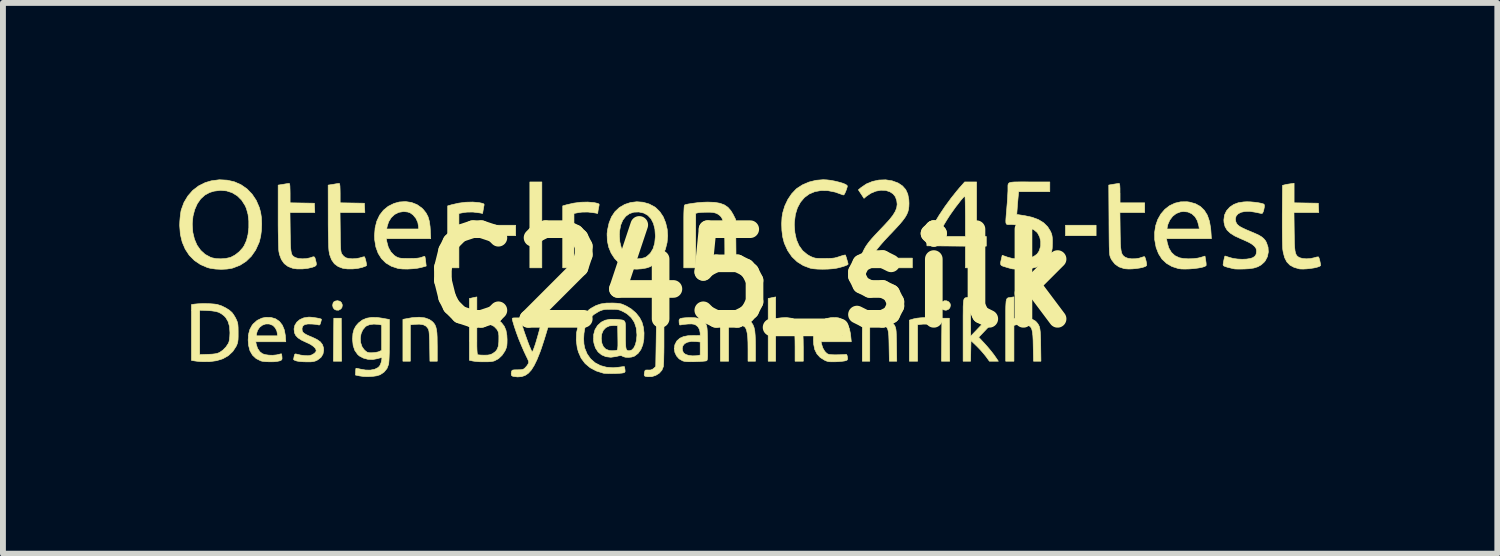
<source format=kicad_pcb>
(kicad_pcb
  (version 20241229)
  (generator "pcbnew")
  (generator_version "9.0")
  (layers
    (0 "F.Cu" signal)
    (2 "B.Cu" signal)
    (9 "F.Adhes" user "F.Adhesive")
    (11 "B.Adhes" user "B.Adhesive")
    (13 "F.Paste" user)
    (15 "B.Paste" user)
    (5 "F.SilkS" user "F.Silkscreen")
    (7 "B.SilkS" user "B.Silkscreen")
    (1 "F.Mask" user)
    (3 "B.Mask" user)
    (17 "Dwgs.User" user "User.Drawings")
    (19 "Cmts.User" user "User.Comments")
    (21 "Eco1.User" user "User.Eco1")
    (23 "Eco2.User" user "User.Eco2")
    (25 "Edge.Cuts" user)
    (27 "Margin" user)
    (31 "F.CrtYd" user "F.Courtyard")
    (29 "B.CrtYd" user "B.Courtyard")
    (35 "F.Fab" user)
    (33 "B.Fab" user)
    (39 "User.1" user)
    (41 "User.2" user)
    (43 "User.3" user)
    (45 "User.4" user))
  (footprint "C245_silk"
    (layer "F.Cu")
    (at 9.705 1.681)
    (property "Reference" "C245_silk" (at 0 0 0) (layer "F.SilkS") (effects (font (size 1.524 1.524) (thickness 0.3))))
    (attr through_hole)
    (fp_poly (pts (xy -3.988 -0.724) (xy -4.508 -0.724) (xy -4.508 -0.902) (xy -3.988 -0.902) (xy -3.988 -0.724)) (stroke (width 0.01) (type solid)) (fill yes) (layer "F.SilkS"))
    (fp_poly (pts (xy -3.543 -0.178) (xy -3.747 -0.178) (xy -3.747 -1.638) (xy -3.543 -1.638) (xy -3.543 -0.178)) (stroke (width 0.01) (type solid)) (fill yes) (layer "F.SilkS"))
    (fp_poly (pts (xy 5.88 -0.724) (xy 5.359 -0.724) (xy 5.359 -0.902) (xy 5.88 -0.902) (xy 5.88 -0.724)) (stroke (width 0.01) (type solid)) (fill yes) (layer "F.SilkS"))
    (fp_poly (pts (xy -6.95 1.045) (xy -6.947 1.41) (xy -7.087 1.41) (xy -7.08 0.679) (xy -6.953 0.679) (xy -6.95 1.045)) (stroke (width 0.01) (type solid)) (fill yes) (layer "F.SilkS"))
    (fp_poly (pts (xy 3.388 1.045) (xy 3.391 1.41) (xy 3.251 1.41) (xy 3.258 0.679) (xy 3.385 0.679) (xy 3.388 1.045)) (stroke (width 0.01) (type solid)) (fill yes) (layer "F.SilkS"))
    (fp_poly (pts (xy -1.489 0.391) (xy -1.461 0.418) (xy -1.448 0.455) (xy -1.455 0.494) (xy -1.473 0.521) (xy -1.511 0.543) (xy -1.554 0.541) (xy -1.585 0.526) (xy -1.608 0.498) (xy -1.613 0.464) (xy -1.604 0.418) (xy -1.576 0.391) (xy -1.531 0.381) (xy -1.53 0.381) (xy -1.489 0.391)) (stroke (width 0.01) (type solid)) (fill yes) (layer "F.SilkS"))
    (fp_poly (pts (xy 3.339 0.383) (xy 3.374 0.4) (xy 3.398 0.431) (xy 3.404 0.461) (xy 3.393 0.503) (xy 3.365 0.531) (xy 3.328 0.544) (xy 3.286 0.537) (xy 3.267 0.526) (xy 3.245 0.497) (xy 3.238 0.458) (xy 3.248 0.42) (xy 3.262 0.402) (xy 3.299 0.382) (xy 3.339 0.383)) (stroke (width 0.01) (type solid)) (fill yes) (layer "F.SilkS"))
    (fp_poly (pts (xy -6.975 0.391) (xy -6.947 0.418) (xy -6.935 0.455) (xy -6.941 0.494) (xy -6.96 0.521) (xy -6.998 0.543) (xy -7.041 0.541) (xy -7.071 0.526) (xy -7.092 0.498) (xy -7.1 0.459) (xy -7.092 0.42) (xy -7.079 0.401) (xy -7.053 0.387) (xy -7.017 0.381) (xy -7.017 0.381) (xy -6.975 0.391)) (stroke (width 0.01) (type solid)) (fill yes) (layer "F.SilkS"))
    (fp_poly (pts (xy -4.613 -1.287) (xy -4.584 -1.281) (xy -4.546 -1.272) (xy -4.528 -1.263) (xy -4.524 -1.249) (xy -4.526 -1.24) (xy -4.532 -1.21) (xy -4.539 -1.17) (xy -4.541 -1.158) (xy -4.55 -1.102) (xy -4.596 -1.111) (xy -4.713 -1.126) (xy -4.814 -1.125) (xy -4.869 -1.118) (xy -4.953 -1.102) (xy -4.953 -0.178) (xy -5.144 -0.178) (xy -5.144 -1.231) (xy -5.077 -1.25) (xy -4.959 -1.277) (xy -4.837 -1.293) (xy -4.719 -1.296) (xy -4.613 -1.287)) (stroke (width 0.01) (type solid)) (fill yes) (layer "F.SilkS"))
    (fp_poly (pts (xy -2.657 -1.287) (xy -2.628 -1.281) (xy -2.591 -1.272) (xy -2.572 -1.263) (xy -2.568 -1.249) (xy -2.57 -1.24) (xy -2.576 -1.21) (xy -2.584 -1.17) (xy -2.586 -1.158) (xy -2.594 -1.102) (xy -2.64 -1.111) (xy -2.757 -1.126) (xy -2.859 -1.125) (xy -2.913 -1.118) (xy -2.997 -1.102) (xy -2.997 -0.178) (xy -3.188 -0.178) (xy -3.188 -1.231) (xy -3.121 -1.25) (xy -3.003 -1.277) (xy -2.882 -1.293) (xy -2.764 -1.296) (xy -2.657 -1.287)) (stroke (width 0.01) (type solid)) (fill yes) (layer "F.SilkS"))
    (fp_poly (pts (xy 3.031 0.669) (xy 3.081 0.675) (xy 3.091 0.677) (xy 3.114 0.686) (xy 3.122 0.7) (xy 3.119 0.729) (xy 3.118 0.734) (xy 3.11 0.772) (xy 3.099 0.789) (xy 3.079 0.792) (xy 3.045 0.785) (xy 3 0.78) (xy 2.946 0.779) (xy 2.918 0.781) (xy 2.845 0.79) (xy 2.845 1.41) (xy 2.705 1.41) (xy 2.705 0.712) (xy 2.778 0.69) (xy 2.832 0.679) (xy 2.897 0.672) (xy 2.967 0.668) (xy 3.031 0.669)) (stroke (width 0.01) (type solid)) (fill yes) (layer "F.SilkS"))
    (fp_poly (pts (xy -1.467 1.067) (xy -1.467 1.166) (xy -1.468 1.259) (xy -1.47 1.342) (xy -1.471 1.411) (xy -1.474 1.464) (xy -1.476 1.496) (xy -1.477 1.501) (xy -1.502 1.563) (xy -1.546 1.613) (xy -1.605 1.65) (xy -1.673 1.672) (xy -1.745 1.674) (xy -1.781 1.668) (xy -1.797 1.659) (xy -1.803 1.641) (xy -1.799 1.608) (xy -1.796 1.592) (xy -1.789 1.569) (xy -1.776 1.56) (xy -1.749 1.559) (xy -1.735 1.56) (xy -1.692 1.559) (xy -1.66 1.546) (xy -1.643 1.533) (xy -1.607 1.501) (xy -1.6 1.09) (xy -1.594 0.679) (xy -1.467 0.679) (xy -1.467 1.067)) (stroke (width 0.01) (type solid)) (fill yes) (layer "F.SilkS"))
    (fp_poly (pts (xy -5.532 0.673) (xy -5.455 0.701) (xy -5.409 0.733) (xy -5.382 0.76) (xy -5.361 0.79) (xy -5.346 0.825) (xy -5.335 0.87) (xy -5.327 0.928) (xy -5.323 1.002) (xy -5.322 1.096) (xy -5.321 1.158) (xy -5.321 1.41) (xy -5.446 1.41) (xy -5.45 1.153) (xy -5.452 1.061) (xy -5.455 0.99) (xy -5.458 0.939) (xy -5.462 0.902) (xy -5.468 0.876) (xy -5.476 0.857) (xy -5.476 0.857) (xy -5.51 0.815) (xy -5.559 0.79) (xy -5.626 0.78) (xy -5.701 0.783) (xy -5.779 0.791) (xy -5.779 1.41) (xy -5.905 1.41) (xy -5.905 0.699) (xy -5.877 0.693) (xy -5.744 0.669) (xy -5.629 0.662) (xy -5.532 0.673)) (stroke (width 0.01) (type solid)) (fill yes) (layer "F.SilkS"))
    (fp_poly (pts (xy -0.172 0.668) (xy -0.128 0.672) (xy -0.094 0.678) (xy -0.065 0.69) (xy -0.055 0.695) (xy -0.013 0.721) (xy 0.02 0.751) (xy 0.045 0.788) (xy 0.064 0.835) (xy 0.077 0.895) (xy 0.084 0.973) (xy 0.088 1.069) (xy 0.089 1.164) (xy 0.089 1.41) (xy -0.038 1.41) (xy -0.038 1.202) (xy -0.039 1.092) (xy -0.043 1.004) (xy -0.051 0.937) (xy -0.062 0.886) (xy -0.076 0.85) (xy -0.091 0.829) (xy -0.138 0.798) (xy -0.202 0.782) (xy -0.28 0.781) (xy -0.292 0.782) (xy -0.368 0.791) (xy -0.368 1.41) (xy -0.508 1.41) (xy -0.508 0.7) (xy -0.435 0.684) (xy -0.389 0.677) (xy -0.328 0.672) (xy -0.262 0.668) (xy -0.235 0.668) (xy -0.172 0.668)) (stroke (width 0.01) (type solid)) (fill yes) (layer "F.SilkS"))
    (fp_poly (pts (xy 3.747 0.65) (xy 3.748 0.984) (xy 4.046 0.673) (xy 4.112 0.673) (xy 4.149 0.675) (xy 4.173 0.679) (xy 4.178 0.683) (xy 4.17 0.695) (xy 4.147 0.722) (xy 4.112 0.761) (xy 4.068 0.809) (xy 4.031 0.848) (xy 3.884 1.003) (xy 3.986 1.112) (xy 4.035 1.167) (xy 4.086 1.228) (xy 4.131 1.285) (xy 4.153 1.315) (xy 4.218 1.41) (xy 4.066 1.41) (xy 4.003 1.324) (xy 3.963 1.275) (xy 3.914 1.219) (xy 3.863 1.166) (xy 3.846 1.149) (xy 3.753 1.06) (xy 3.749 1.235) (xy 3.746 1.41) (xy 3.619 1.41) (xy 3.619 0.877) (xy 3.619 0.746) (xy 3.619 0.638) (xy 3.62 0.551) (xy 3.62 0.482) (xy 3.623 0.43) (xy 3.626 0.392) (xy 3.631 0.365) (xy 3.639 0.347) (xy 3.649 0.337) (xy 3.661 0.331) (xy 3.677 0.328) (xy 3.697 0.325) (xy 3.705 0.324) (xy 3.747 0.315) (xy 3.747 0.65)) (stroke (width 0.01) (type solid)) (fill yes) (layer "F.SilkS"))
    (fp_poly (pts (xy 2.269 0.671) (xy 2.343 0.695) (xy 2.402 0.734) (xy 2.447 0.791) (xy 2.457 0.807) (xy 2.465 0.826) (xy 2.472 0.847) (xy 2.477 0.873) (xy 2.481 0.909) (xy 2.483 0.959) (xy 2.485 1.026) (xy 2.487 1.113) (xy 2.487 1.133) (xy 2.491 1.41) (xy 2.365 1.41) (xy 2.36 1.153) (xy 2.358 1.053) (xy 2.355 0.976) (xy 2.349 0.917) (xy 2.34 0.874) (xy 2.327 0.843) (xy 2.307 0.821) (xy 2.28 0.805) (xy 2.244 0.791) (xy 2.216 0.782) (xy 2.191 0.778) (xy 2.15 0.779) (xy 2.112 0.782) (xy 2.032 0.79) (xy 2.032 1.41) (xy 1.905 1.41) (xy 1.905 1.055) (xy 1.905 0.949) (xy 1.906 0.865) (xy 1.907 0.801) (xy 1.909 0.755) (xy 1.912 0.724) (xy 1.916 0.705) (xy 1.921 0.696) (xy 1.923 0.694) (xy 1.943 0.69) (xy 1.982 0.683) (xy 2.033 0.676) (xy 2.067 0.672) (xy 2.177 0.664) (xy 2.269 0.671)) (stroke (width 0.01) (type solid)) (fill yes) (layer "F.SilkS"))
    (fp_poly (pts (xy 0.432 0.688) (xy 0.486 0.677) (xy 0.528 0.672) (xy 0.583 0.669) (xy 0.624 0.669) (xy 0.711 0.681) (xy 0.782 0.711) (xy 0.836 0.761) (xy 0.873 0.829) (xy 0.889 0.888) (xy 0.893 0.923) (xy 0.897 0.978) (xy 0.9 1.047) (xy 0.901 1.124) (xy 0.902 1.183) (xy 0.902 1.41) (xy 0.762 1.41) (xy 0.762 1.162) (xy 0.761 1.063) (xy 0.759 0.986) (xy 0.755 0.927) (xy 0.747 0.884) (xy 0.736 0.852) (xy 0.72 0.829) (xy 0.699 0.81) (xy 0.691 0.804) (xy 0.658 0.79) (xy 0.614 0.783) (xy 0.571 0.783) (xy 0.529 0.783) (xy 0.496 0.785) (xy 0.471 0.791) (xy 0.454 0.805) (xy 0.443 0.828) (xy 0.436 0.865) (xy 0.433 0.917) (xy 0.432 0.988) (xy 0.432 1.081) (xy 0.432 1.112) (xy 0.432 1.41) (xy 0.305 1.41) (xy 0.305 0.343) (xy 0.34 0.336) (xy 0.377 0.328) (xy 0.403 0.323) (xy 0.432 0.317) (xy 0.432 0.688)) (stroke (width 0.01) (type solid)) (fill yes) (layer "F.SilkS"))
    (fp_poly (pts (xy 3.848 -0.711) (xy 4.013 -0.711) (xy 4.013 -0.546) (xy 3.848 -0.546) (xy 3.848 -0.178) (xy 3.658 -0.178) (xy 3.658 -0.546) (xy 3.004 -0.552) (xy 3 -0.618) (xy 3 -0.654) (xy 3.005 -0.687) (xy 3.014 -0.711) (xy 3.187 -0.711) (xy 3.658 -0.711) (xy 3.658 -1.054) (xy 3.657 -1.144) (xy 3.656 -1.226) (xy 3.655 -1.295) (xy 3.653 -1.349) (xy 3.651 -1.384) (xy 3.648 -1.397) (xy 3.648 -1.397) (xy 3.635 -1.387) (xy 3.61 -1.36) (xy 3.576 -1.32) (xy 3.537 -1.269) (xy 3.493 -1.213) (xy 3.45 -1.153) (xy 3.409 -1.095) (xy 3.386 -1.061) (xy 3.345 -0.997) (xy 3.302 -0.926) (xy 3.263 -0.859) (xy 3.244 -0.823) (xy 3.187 -0.711) (xy 3.014 -0.711) (xy 3.019 -0.725) (xy 3.042 -0.776) (xy 3.049 -0.79) (xy 3.123 -0.926) (xy 3.212 -1.072) (xy 3.31 -1.219) (xy 3.414 -1.361) (xy 3.518 -1.491) (xy 3.556 -1.536) (xy 3.646 -1.638) (xy 3.848 -1.638) (xy 3.848 -0.711)) (stroke (width 0.01) (type solid)) (fill yes) (layer "F.SilkS"))
    (fp_poly (pts (xy 4.483 0.686) (xy 4.537 0.676) (xy 4.629 0.667) (xy 4.714 0.673) (xy 4.788 0.693) (xy 4.846 0.726) (xy 4.866 0.745) (xy 4.887 0.77) (xy 4.903 0.796) (xy 4.916 0.824) (xy 4.924 0.86) (xy 4.93 0.906) (xy 4.934 0.966) (xy 4.937 1.045) (xy 4.938 1.133) (xy 4.942 1.41) (xy 4.816 1.41) (xy 4.811 1.159) (xy 4.809 1.058) (xy 4.805 0.978) (xy 4.798 0.918) (xy 4.789 0.874) (xy 4.776 0.842) (xy 4.758 0.82) (xy 4.734 0.804) (xy 4.72 0.798) (xy 4.678 0.788) (xy 4.623 0.783) (xy 4.564 0.785) (xy 4.516 0.792) (xy 4.483 0.801) (xy 4.483 1.41) (xy 4.343 1.41) (xy 4.343 0.877) (xy 4.343 0.746) (xy 4.343 0.638) (xy 4.343 0.551) (xy 4.344 0.482) (xy 4.347 0.429) (xy 4.35 0.391) (xy 4.356 0.364) (xy 4.364 0.347) (xy 4.374 0.337) (xy 4.388 0.331) (xy 4.405 0.328) (xy 4.425 0.326) (xy 4.435 0.324) (xy 4.483 0.316) (xy 4.483 0.686)) (stroke (width 0.01) (type solid)) (fill yes) (layer "F.SilkS"))
    (fp_poly (pts (xy -0.605 -1.291) (xy -0.514 -1.275) (xy -0.439 -1.247) (xy -0.379 -1.206) (xy -0.329 -1.148) (xy -0.292 -1.087) (xy -0.248 -1) (xy -0.24 -0.178) (xy -0.432 -0.178) (xy -0.432 -0.504) (xy -0.433 -0.637) (xy -0.435 -0.747) (xy -0.44 -0.838) (xy -0.448 -0.91) (xy -0.46 -0.967) (xy -0.476 -1.011) (xy -0.496 -1.045) (xy -0.522 -1.071) (xy -0.553 -1.092) (xy -0.565 -1.099) (xy -0.597 -1.111) (xy -0.633 -1.119) (xy -0.681 -1.123) (xy -0.737 -1.123) (xy -0.794 -1.122) (xy -0.845 -1.119) (xy -0.882 -1.115) (xy -0.892 -1.113) (xy -0.927 -1.104) (xy -0.927 -0.178) (xy -1.13 -0.178) (xy -1.13 -0.71) (xy -1.13 -0.841) (xy -1.13 -0.948) (xy -1.13 -1.035) (xy -1.129 -1.103) (xy -1.127 -1.155) (xy -1.125 -1.192) (xy -1.123 -1.218) (xy -1.12 -1.235) (xy -1.116 -1.244) (xy -1.11 -1.249) (xy -1.108 -1.25) (xy -1.052 -1.263) (xy -0.979 -1.274) (xy -0.897 -1.285) (xy -0.812 -1.292) (xy -0.734 -1.295) (xy -0.717 -1.295) (xy -0.605 -1.291)) (stroke (width 0.01) (type solid)) (fill yes) (layer "F.SilkS"))
    (fp_poly (pts (xy 9.246 -1.283) (xy 9.658 -1.276) (xy 9.666 -1.118) (xy 9.244 -1.118) (xy 9.248 -0.791) (xy 9.25 -0.678) (xy 9.252 -0.589) (xy 9.256 -0.519) (xy 9.262 -0.466) (xy 9.271 -0.426) (xy 9.283 -0.398) (xy 9.299 -0.377) (xy 9.319 -0.362) (xy 9.341 -0.35) (xy 9.391 -0.336) (xy 9.455 -0.331) (xy 9.523 -0.335) (xy 9.587 -0.349) (xy 9.593 -0.351) (xy 9.629 -0.361) (xy 9.655 -0.364) (xy 9.662 -0.362) (xy 9.67 -0.345) (xy 9.68 -0.313) (xy 9.688 -0.275) (xy 9.695 -0.24) (xy 9.696 -0.217) (xy 9.695 -0.214) (xy 9.675 -0.201) (xy 9.636 -0.188) (xy 9.584 -0.176) (xy 9.523 -0.167) (xy 9.46 -0.16) (xy 9.402 -0.157) (xy 9.353 -0.158) (xy 9.335 -0.16) (xy 9.245 -0.186) (xy 9.175 -0.224) (xy 9.122 -0.279) (xy 9.085 -0.351) (xy 9.061 -0.443) (xy 9.054 -0.486) (xy 9.051 -0.523) (xy 9.049 -0.581) (xy 9.047 -0.658) (xy 9.046 -0.749) (xy 9.045 -0.851) (xy 9.045 -0.962) (xy 9.045 -1.076) (xy 9.045 -1.085) (xy 9.049 -1.579) (xy 9.083 -1.588) (xy 9.116 -1.596) (xy 9.161 -1.603) (xy 9.181 -1.606) (xy 9.246 -1.615) (xy 9.246 -1.283)) (stroke (width 0.01) (type solid)) (fill yes) (layer "F.SilkS"))
    (fp_poly (pts (xy -7.83 -1.6) (xy -7.826 -1.563) (xy -7.824 -1.503) (xy -7.823 -1.448) (xy -7.823 -1.283) (xy -7.41 -1.276) (xy -7.403 -1.118) (xy -7.614 -1.118) (xy -7.825 -1.118) (xy -7.821 -0.784) (xy -7.819 -0.674) (xy -7.817 -0.586) (xy -7.814 -0.517) (xy -7.808 -0.465) (xy -7.801 -0.427) (xy -7.79 -0.399) (xy -7.775 -0.38) (xy -7.756 -0.365) (xy -7.733 -0.352) (xy -7.73 -0.351) (xy -7.68 -0.336) (xy -7.616 -0.331) (xy -7.548 -0.334) (xy -7.487 -0.347) (xy -7.48 -0.349) (xy -7.44 -0.363) (xy -7.417 -0.366) (xy -7.404 -0.355) (xy -7.395 -0.33) (xy -7.393 -0.321) (xy -7.38 -0.269) (xy -7.376 -0.237) (xy -7.384 -0.216) (xy -7.404 -0.202) (xy -7.44 -0.189) (xy -7.442 -0.188) (xy -7.522 -0.169) (xy -7.613 -0.159) (xy -7.704 -0.159) (xy -7.775 -0.169) (xy -7.857 -0.2) (xy -7.922 -0.249) (xy -7.971 -0.318) (xy -8.004 -0.406) (xy -8.014 -0.458) (xy -8.017 -0.489) (xy -8.019 -0.542) (xy -8.021 -0.613) (xy -8.023 -0.7) (xy -8.025 -0.8) (xy -8.026 -0.909) (xy -8.026 -1.024) (xy -8.026 -1.062) (xy -8.026 -1.584) (xy -7.938 -1.598) (xy -7.892 -1.606) (xy -7.856 -1.611) (xy -7.837 -1.613) (xy -7.837 -1.613) (xy -7.83 -1.6)) (stroke (width 0.01) (type solid)) (fill yes) (layer "F.SilkS"))
    (fp_poly (pts (xy -8.148 0.666) (xy -8.07 0.689) (xy -8.005 0.733) (xy -7.955 0.797) (xy -7.921 0.879) (xy -7.903 0.978) (xy -7.903 0.983) (xy -7.896 1.079) (xy -8.407 1.079) (xy -8.399 1.121) (xy -8.376 1.193) (xy -8.337 1.249) (xy -8.293 1.283) (xy -8.247 1.298) (xy -8.185 1.307) (xy -8.118 1.309) (xy -8.056 1.303) (xy -8.015 1.294) (xy -7.986 1.286) (xy -7.97 1.284) (xy -7.97 1.284) (xy -7.966 1.299) (xy -7.962 1.329) (xy -7.961 1.339) (xy -7.96 1.371) (xy -7.969 1.389) (xy -7.994 1.402) (xy -8.001 1.404) (xy -8.042 1.413) (xy -8.099 1.419) (xy -8.165 1.42) (xy -8.23 1.418) (xy -8.286 1.413) (xy -8.32 1.405) (xy -8.4 1.365) (xy -8.462 1.307) (xy -8.505 1.233) (xy -8.529 1.141) (xy -8.536 1.05) (xy -8.531 0.978) (xy -8.398 0.978) (xy -8.039 0.978) (xy -8.039 0.945) (xy -8.049 0.893) (xy -8.076 0.842) (xy -8.113 0.803) (xy -8.121 0.799) (xy -8.178 0.777) (xy -8.238 0.777) (xy -8.294 0.797) (xy -8.342 0.834) (xy -8.376 0.885) (xy -8.391 0.933) (xy -8.398 0.978) (xy -8.531 0.978) (xy -8.529 0.951) (xy -8.507 0.869) (xy -8.468 0.798) (xy -8.45 0.776) (xy -8.383 0.716) (xy -8.304 0.678) (xy -8.238 0.664) (xy -8.148 0.666)) (stroke (width 0.01) (type solid)) (fill yes) (layer "F.SilkS"))
    (fp_poly (pts (xy -6.98 -1.6) (xy -6.975 -1.563) (xy -6.973 -1.503) (xy -6.972 -1.448) (xy -6.972 -1.283) (xy -6.56 -1.276) (xy -6.552 -1.118) (xy -6.763 -1.118) (xy -6.974 -1.118) (xy -6.97 -0.784) (xy -6.969 -0.682) (xy -6.967 -0.603) (xy -6.965 -0.542) (xy -6.963 -0.497) (xy -6.959 -0.465) (xy -6.955 -0.441) (xy -6.949 -0.424) (xy -6.941 -0.41) (xy -6.941 -0.41) (xy -6.913 -0.376) (xy -6.878 -0.35) (xy -6.876 -0.349) (xy -6.827 -0.336) (xy -6.765 -0.331) (xy -6.697 -0.335) (xy -6.635 -0.347) (xy -6.625 -0.351) (xy -6.589 -0.361) (xy -6.564 -0.366) (xy -6.558 -0.365) (xy -6.55 -0.347) (xy -6.54 -0.315) (xy -6.531 -0.277) (xy -6.525 -0.243) (xy -6.524 -0.219) (xy -6.525 -0.215) (xy -6.541 -0.206) (xy -6.574 -0.194) (xy -6.598 -0.185) (xy -6.672 -0.168) (xy -6.759 -0.159) (xy -6.846 -0.159) (xy -6.923 -0.169) (xy -6.925 -0.169) (xy -7.005 -0.199) (xy -7.07 -0.247) (xy -7.118 -0.315) (xy -7.151 -0.403) (xy -7.162 -0.464) (xy -7.165 -0.496) (xy -7.168 -0.55) (xy -7.17 -0.624) (xy -7.172 -0.712) (xy -7.174 -0.813) (xy -7.175 -0.923) (xy -7.175 -1.038) (xy -7.175 -1.068) (xy -7.176 -1.584) (xy -7.087 -1.598) (xy -7.042 -1.606) (xy -7.005 -1.611) (xy -6.986 -1.613) (xy -6.986 -1.613) (xy -6.98 -1.6)) (stroke (width 0.01) (type solid)) (fill yes) (layer "F.SilkS"))
    (fp_poly (pts (xy 6.278 -1.604) (xy 6.283 -1.576) (xy 6.286 -1.526) (xy 6.286 -1.453) (xy 6.287 -1.448) (xy 6.287 -1.283) (xy 6.706 -1.283) (xy 6.706 -1.118) (xy 6.495 -1.118) (xy 6.285 -1.118) (xy 6.289 -0.797) (xy 6.291 -0.686) (xy 6.293 -0.597) (xy 6.297 -0.528) (xy 6.304 -0.475) (xy 6.312 -0.436) (xy 6.324 -0.407) (xy 6.34 -0.385) (xy 6.36 -0.368) (xy 6.378 -0.356) (xy 6.423 -0.339) (xy 6.483 -0.331) (xy 6.549 -0.332) (xy 6.612 -0.342) (xy 6.636 -0.35) (xy 6.671 -0.361) (xy 6.696 -0.368) (xy 6.701 -0.368) (xy 6.71 -0.357) (xy 6.72 -0.329) (xy 6.73 -0.292) (xy 6.737 -0.255) (xy 6.739 -0.226) (xy 6.737 -0.215) (xy 6.715 -0.2) (xy 6.674 -0.186) (xy 6.619 -0.174) (xy 6.556 -0.165) (xy 6.49 -0.159) (xy 6.427 -0.158) (xy 6.373 -0.162) (xy 6.354 -0.165) (xy 6.268 -0.194) (xy 6.199 -0.243) (xy 6.145 -0.312) (xy 6.129 -0.343) (xy 6.123 -0.357) (xy 6.118 -0.372) (xy 6.113 -0.39) (xy 6.11 -0.414) (xy 6.107 -0.446) (xy 6.105 -0.488) (xy 6.103 -0.543) (xy 6.102 -0.613) (xy 6.101 -0.701) (xy 6.1 -0.808) (xy 6.099 -0.937) (xy 6.099 -0.992) (xy 6.095 -1.585) (xy 6.176 -1.599) (xy 6.22 -1.606) (xy 6.255 -1.611) (xy 6.272 -1.613) (xy 6.278 -1.604)) (stroke (width 0.01) (type solid)) (fill yes) (layer "F.SilkS"))
    (fp_poly (pts (xy -4.648 0.707) (xy -4.575 0.682) (xy -4.487 0.664) (xy -4.399 0.668) (xy -4.318 0.693) (xy -4.248 0.738) (xy -4.227 0.758) (xy -4.182 0.816) (xy -4.153 0.885) (xy -4.138 0.968) (xy -4.134 1.042) (xy -4.135 1.102) (xy -4.138 1.144) (xy -4.146 1.178) (xy -4.159 1.212) (xy -4.172 1.239) (xy -4.219 1.309) (xy -4.279 1.366) (xy -4.347 1.403) (xy -4.366 1.409) (xy -4.406 1.416) (xy -4.464 1.42) (xy -4.532 1.42) (xy -4.601 1.419) (xy -4.665 1.414) (xy -4.715 1.407) (xy -4.775 1.394) (xy -4.775 0.838) (xy -4.648 0.838) (xy -4.648 1.066) (xy -4.648 1.153) (xy -4.646 1.217) (xy -4.643 1.262) (xy -4.639 1.288) (xy -4.633 1.299) (xy -4.632 1.3) (xy -4.612 1.303) (xy -4.575 1.306) (xy -4.527 1.307) (xy -4.522 1.307) (xy -4.467 1.306) (xy -4.428 1.3) (xy -4.395 1.288) (xy -4.375 1.277) (xy -4.331 1.245) (xy -4.301 1.205) (xy -4.283 1.154) (xy -4.275 1.085) (xy -4.274 1.034) (xy -4.274 0.977) (xy -4.278 0.938) (xy -4.285 0.909) (xy -4.298 0.883) (xy -4.308 0.867) (xy -4.354 0.819) (xy -4.414 0.788) (xy -4.481 0.778) (xy -4.55 0.788) (xy -4.607 0.813) (xy -4.648 0.838) (xy -4.775 0.838) (xy -4.775 0.343) (xy -4.747 0.338) (xy -4.712 0.33) (xy -4.683 0.324) (xy -4.648 0.317) (xy -4.648 0.707)) (stroke (width 0.01) (type solid)) (fill yes) (layer "F.SilkS"))
    (fp_poly (pts (xy -9.178 0.433) (xy -9.114 0.438) (xy -9.067 0.444) (xy -9.06 0.446) (xy -8.991 0.468) (xy -8.921 0.502) (xy -8.858 0.541) (xy -8.812 0.581) (xy -8.811 0.582) (xy -8.783 0.62) (xy -8.754 0.668) (xy -8.739 0.698) (xy -8.725 0.73) (xy -8.715 0.76) (xy -8.71 0.793) (xy -8.707 0.836) (xy -8.706 0.896) (xy -8.706 0.927) (xy -8.706 0.995) (xy -8.708 1.044) (xy -8.713 1.08) (xy -8.72 1.109) (xy -8.732 1.139) (xy -8.741 1.158) (xy -8.797 1.244) (xy -8.872 1.314) (xy -8.964 1.367) (xy -9.072 1.401) (xy -9.197 1.418) (xy -9.337 1.417) (xy -9.373 1.414) (xy -9.418 1.409) (xy -9.458 1.403) (xy -9.5 1.396) (xy -9.5 1.298) (xy -9.36 1.298) (xy -9.217 1.293) (xy -9.148 1.29) (xy -9.097 1.284) (xy -9.06 1.276) (xy -9.029 1.264) (xy -9.022 1.261) (xy -8.966 1.222) (xy -8.914 1.169) (xy -8.875 1.111) (xy -8.863 1.084) (xy -8.855 1.047) (xy -8.849 0.994) (xy -8.846 0.934) (xy -8.846 0.921) (xy -8.853 0.819) (xy -8.877 0.736) (xy -8.916 0.669) (xy -8.949 0.635) (xy -8.993 0.602) (xy -9.038 0.578) (xy -9.092 0.563) (xy -9.161 0.553) (xy -9.223 0.549) (xy -9.36 0.543) (xy -9.36 1.298) (xy -9.5 1.298) (xy -9.5 0.447) (xy -9.445 0.439) (xy -9.392 0.434) (xy -9.325 0.431) (xy -9.251 0.431) (xy -9.178 0.433)) (stroke (width 0.01) (type solid)) (fill yes) (layer "F.SilkS"))
    (fp_poly (pts (xy -1.823 -1.293) (xy -1.721 -1.264) (xy -1.628 -1.215) (xy -1.609 -1.202) (xy -1.537 -1.131) (xy -1.479 -1.044) (xy -1.438 -0.943) (xy -1.412 -0.834) (xy -1.404 -0.721) (xy -1.414 -0.607) (xy -1.442 -0.496) (xy -1.476 -0.416) (xy -1.531 -0.335) (xy -1.603 -0.263) (xy -1.685 -0.207) (xy -1.71 -0.194) (xy -1.771 -0.174) (xy -1.847 -0.161) (xy -1.928 -0.155) (xy -2.003 -0.158) (xy -2.048 -0.165) (xy -2.146 -0.203) (xy -2.232 -0.26) (xy -2.305 -0.336) (xy -2.364 -0.426) (xy -2.406 -0.528) (xy -2.43 -0.639) (xy -2.433 -0.731) (xy -2.225 -0.731) (xy -2.217 -0.618) (xy -2.193 -0.522) (xy -2.153 -0.443) (xy -2.098 -0.384) (xy -2.056 -0.357) (xy -1.996 -0.337) (xy -1.926 -0.33) (xy -1.855 -0.335) (xy -1.791 -0.352) (xy -1.761 -0.368) (xy -1.698 -0.426) (xy -1.652 -0.503) (xy -1.624 -0.597) (xy -1.613 -0.71) (xy -1.613 -0.722) (xy -1.621 -0.837) (xy -1.646 -0.933) (xy -1.686 -1.011) (xy -1.741 -1.07) (xy -1.811 -1.109) (xy -1.893 -1.127) (xy -1.979 -1.124) (xy -2.054 -1.099) (xy -2.117 -1.053) (xy -2.167 -0.988) (xy -2.202 -0.905) (xy -2.221 -0.805) (xy -2.225 -0.731) (xy -2.433 -0.731) (xy -2.434 -0.756) (xy -2.427 -0.818) (xy -2.4 -0.941) (xy -2.358 -1.045) (xy -2.3 -1.132) (xy -2.226 -1.202) (xy -2.135 -1.255) (xy -2.035 -1.288) (xy -1.929 -1.301) (xy -1.823 -1.293)) (stroke (width 0.01) (type solid)) (fill yes) (layer "F.SilkS"))
    (fp_poly (pts (xy 7.469 -1.295) (xy 7.569 -1.267) (xy 7.652 -1.221) (xy 7.719 -1.156) (xy 7.771 -1.073) (xy 7.807 -0.969) (xy 7.828 -0.846) (xy 7.832 -0.797) (xy 7.84 -0.673) (xy 7.077 -0.673) (xy 7.089 -0.607) (xy 7.116 -0.515) (xy 7.16 -0.44) (xy 7.219 -0.385) (xy 7.293 -0.35) (xy 7.295 -0.349) (xy 7.362 -0.336) (xy 7.444 -0.331) (xy 7.529 -0.333) (xy 7.609 -0.343) (xy 7.656 -0.354) (xy 7.731 -0.377) (xy 7.744 -0.3) (xy 7.75 -0.258) (xy 7.751 -0.227) (xy 7.749 -0.214) (xy 7.722 -0.199) (xy 7.675 -0.185) (xy 7.614 -0.174) (xy 7.543 -0.165) (xy 7.469 -0.159) (xy 7.397 -0.157) (xy 7.332 -0.158) (xy 7.28 -0.165) (xy 7.279 -0.165) (xy 7.17 -0.2) (xy 7.077 -0.254) (xy 7 -0.326) (xy 6.942 -0.417) (xy 6.9 -0.525) (xy 6.877 -0.651) (xy 6.876 -0.657) (xy 6.875 -0.781) (xy 6.884 -0.838) (xy 7.084 -0.838) (xy 7.635 -0.838) (xy 7.626 -0.892) (xy 7.602 -0.978) (xy 7.562 -1.047) (xy 7.507 -1.097) (xy 7.44 -1.127) (xy 7.363 -1.135) (xy 7.311 -1.128) (xy 7.242 -1.101) (xy 7.181 -1.054) (xy 7.133 -0.99) (xy 7.1 -0.916) (xy 7.093 -0.885) (xy 7.084 -0.838) (xy 6.884 -0.838) (xy 6.893 -0.896) (xy 6.929 -1.001) (xy 6.982 -1.094) (xy 7.049 -1.172) (xy 7.129 -1.234) (xy 7.22 -1.277) (xy 7.319 -1.3) (xy 7.427 -1.301) (xy 7.469 -1.295)) (stroke (width 0.01) (type solid)) (fill yes) (layer "F.SilkS"))
    (fp_poly (pts (xy -3.899 0.727) (xy -3.883 0.783) (xy -3.862 0.851) (xy -3.838 0.924) (xy -3.811 0.999) (xy -3.785 1.072) (xy -3.76 1.138) (xy -3.737 1.192) (xy -3.72 1.231) (xy -3.709 1.249) (xy -3.7 1.243) (xy -3.687 1.215) (xy -3.669 1.167) (xy -3.648 1.104) (xy -3.625 1.026) (xy -3.6 0.938) (xy -3.575 0.845) (xy -3.533 0.679) (xy -3.468 0.676) (xy -3.428 0.675) (xy -3.408 0.68) (xy -3.404 0.689) (xy -3.407 0.712) (xy -3.418 0.755) (xy -3.434 0.813) (xy -3.454 0.883) (xy -3.477 0.959) (xy -3.501 1.037) (xy -3.526 1.114) (xy -3.549 1.184) (xy -3.57 1.244) (xy -3.577 1.262) (xy -3.626 1.384) (xy -3.674 1.482) (xy -3.722 1.559) (xy -3.773 1.615) (xy -3.828 1.652) (xy -3.888 1.672) (xy -3.956 1.677) (xy -4.034 1.668) (xy -4.035 1.667) (xy -4.058 1.653) (xy -4.064 1.622) (xy -4.057 1.581) (xy -4.05 1.568) (xy -4.036 1.56) (xy -4.009 1.557) (xy -3.963 1.556) (xy -3.956 1.556) (xy -3.906 1.555) (xy -3.873 1.55) (xy -3.849 1.541) (xy -3.829 1.524) (xy -3.8 1.492) (xy -3.777 1.458) (xy -3.777 1.457) (xy -3.768 1.438) (xy -3.767 1.419) (xy -3.775 1.394) (xy -3.792 1.356) (xy -3.802 1.337) (xy -3.846 1.244) (xy -3.891 1.14) (xy -3.936 1.031) (xy -3.976 0.923) (xy -4.01 0.823) (xy -4.036 0.736) (xy -4.043 0.708) (xy -4.047 0.688) (xy -4.042 0.678) (xy -4.023 0.674) (xy -3.985 0.673) (xy -3.913 0.673) (xy -3.899 0.727)) (stroke (width 0.01) (type solid)) (fill yes) (layer "F.SilkS"))
    (fp_poly (pts (xy -5.759 -1.289) (xy -5.665 -1.252) (xy -5.583 -1.194) (xy -5.559 -1.17) (xy -5.512 -1.111) (xy -5.478 -1.046) (xy -5.456 -0.97) (xy -5.443 -0.878) (xy -5.439 -0.816) (xy -5.432 -0.673) (xy -6.187 -0.673) (xy -6.178 -0.619) (xy -6.153 -0.526) (xy -6.11 -0.449) (xy -6.053 -0.389) (xy -6.016 -0.365) (xy -5.991 -0.353) (xy -5.965 -0.345) (xy -5.933 -0.34) (xy -5.889 -0.338) (xy -5.828 -0.337) (xy -5.798 -0.337) (xy -5.72 -0.338) (xy -5.663 -0.341) (xy -5.622 -0.347) (xy -5.591 -0.356) (xy -5.585 -0.358) (xy -5.554 -0.369) (xy -5.535 -0.372) (xy -5.532 -0.37) (xy -5.528 -0.354) (xy -5.522 -0.32) (xy -5.518 -0.285) (xy -5.509 -0.208) (xy -5.59 -0.185) (xy -5.657 -0.171) (xy -5.738 -0.162) (xy -5.824 -0.157) (xy -5.906 -0.158) (xy -5.975 -0.165) (xy -5.994 -0.169) (xy -6.102 -0.205) (xy -6.194 -0.26) (xy -6.269 -0.334) (xy -6.326 -0.425) (xy -6.365 -0.532) (xy -6.385 -0.654) (xy -6.388 -0.724) (xy -6.379 -0.838) (xy -6.182 -0.838) (xy -5.639 -0.838) (xy -5.639 -0.873) (xy -5.651 -0.948) (xy -5.683 -1.018) (xy -5.732 -1.077) (xy -5.784 -1.114) (xy -5.825 -1.127) (xy -5.88 -1.133) (xy -5.897 -1.134) (xy -5.975 -1.121) (xy -6.045 -1.086) (xy -6.103 -1.032) (xy -6.147 -0.962) (xy -6.17 -0.892) (xy -6.182 -0.838) (xy -6.379 -0.838) (xy -6.378 -0.855) (xy -6.349 -0.971) (xy -6.301 -1.073) (xy -6.236 -1.157) (xy -6.154 -1.224) (xy -6.057 -1.272) (xy -5.967 -1.297) (xy -5.86 -1.304) (xy -5.759 -1.289)) (stroke (width 0.01) (type solid)) (fill yes) (layer "F.SilkS"))
    (fp_poly (pts (xy 2.412 -1.657) (xy 2.515 -1.619) (xy 2.515 -1.619) (xy 2.588 -1.57) (xy 2.643 -1.508) (xy 2.678 -1.431) (xy 2.696 -1.337) (xy 2.699 -1.276) (xy 2.697 -1.222) (xy 2.691 -1.173) (xy 2.679 -1.127) (xy 2.659 -1.081) (xy 2.63 -1.032) (xy 2.589 -0.977) (xy 2.536 -0.914) (xy 2.467 -0.839) (xy 2.383 -0.75) (xy 2.368 -0.735) (xy 2.282 -0.643) (xy 2.21 -0.561) (xy 2.153 -0.491) (xy 2.112 -0.433) (xy 2.088 -0.39) (xy 2.083 -0.367) (xy 2.084 -0.36) (xy 2.089 -0.354) (xy 2.101 -0.35) (xy 2.123 -0.347) (xy 2.158 -0.345) (xy 2.208 -0.344) (xy 2.276 -0.343) (xy 2.365 -0.343) (xy 2.419 -0.343) (xy 2.756 -0.343) (xy 2.756 -0.178) (xy 1.864 -0.178) (xy 1.87 -0.273) (xy 1.875 -0.328) (xy 1.886 -0.374) (xy 1.904 -0.424) (xy 1.928 -0.475) (xy 1.948 -0.513) (xy 1.97 -0.55) (xy 1.997 -0.588) (xy 2.029 -0.63) (xy 2.07 -0.678) (xy 2.123 -0.736) (xy 2.188 -0.805) (xy 2.268 -0.889) (xy 2.287 -0.909) (xy 2.366 -0.995) (xy 2.425 -1.07) (xy 2.466 -1.137) (xy 2.49 -1.199) (xy 2.498 -1.259) (xy 2.491 -1.319) (xy 2.49 -1.322) (xy 2.467 -1.387) (xy 2.428 -1.435) (xy 2.375 -1.47) (xy 2.302 -1.494) (xy 2.22 -1.497) (xy 2.135 -1.481) (xy 2.051 -1.446) (xy 1.974 -1.394) (xy 1.973 -1.393) (xy 1.934 -1.359) (xy 1.886 -1.432) (xy 1.838 -1.504) (xy 1.881 -1.54) (xy 1.973 -1.603) (xy 2.077 -1.646) (xy 2.188 -1.67) (xy 2.302 -1.674) (xy 2.412 -1.657)) (stroke (width 0.01) (type solid)) (fill yes) (layer "F.SilkS"))
    (fp_poly (pts (xy -7.463 0.662) (xy -7.417 0.668) (xy -7.37 0.675) (xy -7.329 0.683) (xy -7.3 0.691) (xy -7.29 0.697) (xy -7.293 0.713) (xy -7.301 0.744) (xy -7.303 0.753) (xy -7.315 0.785) (xy -7.327 0.795) (xy -7.338 0.793) (xy -7.361 0.788) (xy -7.401 0.782) (xy -7.449 0.778) (xy -7.449 0.778) (xy -7.522 0.777) (xy -7.573 0.787) (xy -7.604 0.809) (xy -7.619 0.844) (xy -7.62 0.863) (xy -7.617 0.892) (xy -7.606 0.916) (xy -7.583 0.937) (xy -7.546 0.959) (xy -7.489 0.985) (xy -7.447 1.002) (xy -7.367 1.04) (xy -7.309 1.081) (xy -7.273 1.128) (xy -7.255 1.183) (xy -7.252 1.223) (xy -7.264 1.288) (xy -7.298 1.344) (xy -7.355 1.388) (xy -7.366 1.394) (xy -7.398 1.408) (xy -7.431 1.416) (xy -7.473 1.421) (xy -7.532 1.421) (xy -7.543 1.421) (xy -7.603 1.419) (xy -7.659 1.415) (xy -7.703 1.408) (xy -7.715 1.405) (xy -7.746 1.394) (xy -7.763 1.383) (xy -7.764 1.38) (xy -7.761 1.363) (xy -7.755 1.331) (xy -7.754 1.326) (xy -7.746 1.296) (xy -7.734 1.286) (xy -7.718 1.288) (xy -7.643 1.306) (xy -7.57 1.315) (xy -7.509 1.316) (xy -7.495 1.315) (xy -7.45 1.301) (xy -7.411 1.277) (xy -7.385 1.249) (xy -7.379 1.227) (xy -7.391 1.194) (xy -7.425 1.159) (xy -7.477 1.123) (xy -7.543 1.092) (xy -7.626 1.053) (xy -7.687 1.014) (xy -7.727 0.972) (xy -7.748 0.928) (xy -7.756 0.861) (xy -7.742 0.799) (xy -7.708 0.745) (xy -7.657 0.702) (xy -7.591 0.673) (xy -7.514 0.661) (xy -7.501 0.66) (xy -7.463 0.662)) (stroke (width 0.01) (type solid)) (fill yes) (layer "F.SilkS"))
    (fp_poly (pts (xy -6.338 0.667) (xy -6.256 0.679) (xy -6.134 0.701) (xy -6.134 1.048) (xy -6.135 1.155) (xy -6.136 1.251) (xy -6.139 1.334) (xy -6.142 1.399) (xy -6.146 1.445) (xy -6.148 1.461) (xy -6.176 1.534) (xy -6.225 1.594) (xy -6.291 1.639) (xy -6.299 1.642) (xy -6.351 1.658) (xy -6.421 1.668) (xy -6.498 1.672) (xy -6.574 1.67) (xy -6.641 1.66) (xy -6.642 1.66) (xy -6.712 1.645) (xy -6.709 1.589) (xy -6.707 1.555) (xy -6.704 1.533) (xy -6.703 1.53) (xy -6.69 1.531) (xy -6.659 1.537) (xy -6.63 1.544) (xy -6.539 1.56) (xy -6.457 1.561) (xy -6.385 1.547) (xy -6.329 1.519) (xy -6.303 1.494) (xy -6.288 1.467) (xy -6.275 1.431) (xy -6.266 1.393) (xy -6.262 1.363) (xy -6.266 1.35) (xy -6.28 1.351) (xy -6.31 1.358) (xy -6.337 1.366) (xy -6.417 1.381) (xy -6.499 1.378) (xy -6.577 1.357) (xy -6.645 1.321) (xy -6.676 1.293) (xy -6.723 1.226) (xy -6.751 1.143) (xy -6.761 1.043) (xy -6.761 1.029) (xy -6.76 1.018) (xy -6.629 1.018) (xy -6.624 1.093) (xy -6.601 1.162) (xy -6.567 1.211) (xy -6.539 1.238) (xy -6.512 1.257) (xy -6.509 1.258) (xy -6.475 1.266) (xy -6.426 1.266) (xy -6.374 1.261) (xy -6.327 1.252) (xy -6.306 1.244) (xy -6.267 1.225) (xy -6.267 0.794) (xy -6.325 0.784) (xy -6.401 0.779) (xy -6.471 0.788) (xy -6.528 0.812) (xy -6.543 0.823) (xy -6.588 0.877) (xy -6.617 0.944) (xy -6.629 1.018) (xy -6.76 1.018) (xy -6.755 0.94) (xy -6.736 0.869) (xy -6.702 0.808) (xy -6.659 0.759) (xy -6.595 0.71) (xy -6.522 0.679) (xy -6.438 0.665) (xy -6.338 0.667)) (stroke (width 0.01) (type solid)) (fill yes) (layer "F.SilkS"))
    (fp_poly (pts (xy 1.464 0.668) (xy 1.503 0.674) (xy 1.537 0.687) (xy 1.563 0.701) (xy 1.617 0.741) (xy 1.657 0.791) (xy 1.685 0.856) (xy 1.703 0.939) (xy 1.709 0.99) (xy 1.718 1.079) (xy 1.204 1.079) (xy 1.213 1.121) (xy 1.234 1.186) (xy 1.267 1.242) (xy 1.3 1.276) (xy 1.32 1.288) (xy 1.343 1.295) (xy 1.376 1.299) (xy 1.425 1.301) (xy 1.465 1.301) (xy 1.522 1.3) (xy 1.572 1.298) (xy 1.607 1.296) (xy 1.619 1.294) (xy 1.636 1.295) (xy 1.646 1.312) (xy 1.652 1.338) (xy 1.655 1.37) (xy 1.649 1.388) (xy 1.628 1.4) (xy 1.627 1.4) (xy 1.601 1.406) (xy 1.556 1.412) (xy 1.5 1.417) (xy 1.46 1.419) (xy 1.398 1.42) (xy 1.354 1.419) (xy 1.322 1.415) (xy 1.293 1.406) (xy 1.264 1.393) (xy 1.189 1.346) (xy 1.134 1.286) (xy 1.097 1.212) (xy 1.078 1.121) (xy 1.074 1.048) (xy 1.076 0.986) (xy 1.079 0.955) (xy 1.214 0.955) (xy 1.216 0.971) (xy 1.231 0.973) (xy 1.266 0.975) (xy 1.317 0.977) (xy 1.379 0.978) (xy 1.399 0.978) (xy 1.469 0.978) (xy 1.517 0.977) (xy 1.548 0.975) (xy 1.565 0.971) (xy 1.573 0.964) (xy 1.575 0.954) (xy 1.575 0.95) (xy 1.567 0.91) (xy 1.546 0.864) (xy 1.518 0.822) (xy 1.488 0.795) (xy 1.485 0.793) (xy 1.427 0.776) (xy 1.364 0.78) (xy 1.306 0.803) (xy 1.26 0.843) (xy 1.251 0.855) (xy 1.234 0.888) (xy 1.22 0.924) (xy 1.214 0.955) (xy 1.079 0.955) (xy 1.08 0.941) (xy 1.09 0.903) (xy 1.107 0.864) (xy 1.155 0.782) (xy 1.214 0.723) (xy 1.286 0.686) (xy 1.372 0.669) (xy 1.41 0.667) (xy 1.464 0.668)) (stroke (width 0.01) (type solid)) (fill yes) (layer "F.SilkS"))
    (fp_poly (pts (xy -8.893 -1.668) (xy -8.77 -1.64) (xy -8.657 -1.59) (xy -8.556 -1.52) (xy -8.47 -1.431) (xy -8.399 -1.325) (xy -8.346 -1.202) (xy -8.324 -1.12) (xy -8.31 -1.029) (xy -8.306 -0.925) (xy -8.31 -0.818) (xy -8.323 -0.717) (xy -8.344 -0.629) (xy -8.35 -0.61) (xy -8.408 -0.482) (xy -8.482 -0.375) (xy -8.57 -0.289) (xy -8.674 -0.222) (xy -8.793 -0.176) (xy -8.81 -0.171) (xy -8.895 -0.157) (xy -8.992 -0.152) (xy -9.093 -0.157) (xy -9.185 -0.171) (xy -9.23 -0.183) (xy -9.348 -0.234) (xy -9.451 -0.304) (xy -9.538 -0.392) (xy -9.606 -0.496) (xy -9.657 -0.615) (xy -9.689 -0.748) (xy -9.7 -0.893) (xy -9.7 -0.908) (xy -9.486 -0.908) (xy -9.477 -0.78) (xy -9.449 -0.664) (xy -9.405 -0.562) (xy -9.344 -0.476) (xy -9.269 -0.407) (xy -9.18 -0.359) (xy -9.15 -0.348) (xy -9.081 -0.334) (xy -8.999 -0.331) (xy -8.917 -0.337) (xy -8.844 -0.353) (xy -8.831 -0.357) (xy -8.758 -0.396) (xy -8.687 -0.452) (xy -8.627 -0.519) (xy -8.604 -0.554) (xy -8.564 -0.642) (xy -8.538 -0.746) (xy -8.525 -0.859) (xy -8.525 -0.975) (xy -8.538 -1.086) (xy -8.566 -1.187) (xy -8.587 -1.235) (xy -8.647 -1.329) (xy -8.721 -1.402) (xy -8.808 -1.455) (xy -8.904 -1.486) (xy -9.009 -1.495) (xy -9.118 -1.481) (xy -9.192 -1.458) (xy -9.273 -1.414) (xy -9.343 -1.35) (xy -9.401 -1.267) (xy -9.445 -1.168) (xy -9.474 -1.056) (xy -9.486 -0.933) (xy -9.486 -0.908) (xy -9.7 -0.908) (xy -9.698 -0.965) (xy -9.693 -1.029) (xy -9.686 -1.092) (xy -9.678 -1.143) (xy -9.673 -1.164) (xy -9.627 -1.289) (xy -9.561 -1.399) (xy -9.478 -1.494) (xy -9.379 -1.57) (xy -9.267 -1.626) (xy -9.163 -1.657) (xy -9.025 -1.675) (xy -8.893 -1.668)) (stroke (width 0.01) (type solid)) (fill yes) (layer "F.SilkS"))
    (fp_poly (pts (xy -0.937 0.671) (xy -0.871 0.683) (xy -0.82 0.706) (xy -0.781 0.742) (xy -0.76 0.771) (xy -0.75 0.788) (xy -0.743 0.805) (xy -0.738 0.826) (xy -0.734 0.855) (xy -0.731 0.895) (xy -0.729 0.95) (xy -0.727 1.024) (xy -0.726 1.106) (xy -0.725 1.199) (xy -0.725 1.27) (xy -0.725 1.321) (xy -0.727 1.357) (xy -0.73 1.38) (xy -0.734 1.393) (xy -0.74 1.4) (xy -0.745 1.403) (xy -0.766 1.407) (xy -0.807 1.411) (xy -0.862 1.415) (xy -0.925 1.417) (xy -0.933 1.418) (xy -1.012 1.419) (xy -1.07 1.418) (xy -1.112 1.414) (xy -1.144 1.406) (xy -1.149 1.404) (xy -1.209 1.37) (xy -1.253 1.32) (xy -1.281 1.261) (xy -1.292 1.196) (xy -1.291 1.195) (xy -1.156 1.195) (xy -1.149 1.235) (xy -1.134 1.268) (xy -1.133 1.27) (xy -1.099 1.294) (xy -1.048 1.311) (xy -0.985 1.319) (xy -0.919 1.317) (xy -0.891 1.313) (xy -0.851 1.305) (xy -0.851 1.083) (xy -0.918 1.076) (xy -0.999 1.073) (xy -1.066 1.086) (xy -1.116 1.111) (xy -1.146 1.15) (xy -1.156 1.195) (xy -1.291 1.195) (xy -1.282 1.131) (xy -1.252 1.072) (xy -1.243 1.06) (xy -1.196 1.019) (xy -1.136 0.992) (xy -1.061 0.977) (xy -0.968 0.973) (xy -0.851 0.974) (xy -0.851 0.931) (xy -0.862 0.871) (xy -0.892 0.821) (xy -0.93 0.792) (xy -0.96 0.781) (xy -0.997 0.776) (xy -1.05 0.777) (xy -1.066 0.778) (xy -1.116 0.783) (xy -1.157 0.788) (xy -1.181 0.793) (xy -1.183 0.793) (xy -1.197 0.794) (xy -1.205 0.779) (xy -1.209 0.749) (xy -1.21 0.714) (xy -1.203 0.695) (xy -1.184 0.683) (xy -1.182 0.683) (xy -1.155 0.677) (xy -1.111 0.672) (xy -1.056 0.669) (xy -1.022 0.668) (xy -0.937 0.671)) (stroke (width 0.01) (type solid)) (fill yes) (layer "F.SilkS"))
    (fp_poly (pts (xy 1.301 -1.673) (xy 1.368 -1.665) (xy 1.437 -1.652) (xy 1.503 -1.636) (xy 1.563 -1.619) (xy 1.61 -1.601) (xy 1.641 -1.583) (xy 1.651 -1.569) (xy 1.647 -1.548) (xy 1.636 -1.513) (xy 1.624 -1.48) (xy 1.606 -1.44) (xy 1.593 -1.42) (xy 1.579 -1.416) (xy 1.576 -1.418) (xy 1.445 -1.465) (xy 1.32 -1.49) (xy 1.204 -1.492) (xy 1.098 -1.473) (xy 1.003 -1.433) (xy 0.921 -1.373) (xy 0.854 -1.294) (xy 0.802 -1.198) (xy 0.767 -1.084) (xy 0.751 -0.954) (xy 0.749 -0.908) (xy 0.759 -0.775) (xy 0.785 -0.656) (xy 0.829 -0.555) (xy 0.89 -0.47) (xy 0.967 -0.405) (xy 1.013 -0.378) (xy 1.049 -0.361) (xy 1.078 -0.35) (xy 1.108 -0.342) (xy 1.143 -0.339) (xy 1.191 -0.337) (xy 1.258 -0.337) (xy 1.263 -0.337) (xy 1.336 -0.338) (xy 1.389 -0.34) (xy 1.432 -0.345) (xy 1.469 -0.354) (xy 1.51 -0.367) (xy 1.521 -0.371) (xy 1.565 -0.385) (xy 1.599 -0.394) (xy 1.617 -0.396) (xy 1.618 -0.396) (xy 1.624 -0.379) (xy 1.635 -0.347) (xy 1.646 -0.308) (xy 1.657 -0.272) (xy 1.663 -0.246) (xy 1.664 -0.24) (xy 1.652 -0.229) (xy 1.62 -0.214) (xy 1.572 -0.198) (xy 1.513 -0.182) (xy 1.47 -0.172) (xy 1.4 -0.162) (xy 1.318 -0.156) (xy 1.231 -0.154) (xy 1.147 -0.156) (xy 1.073 -0.162) (xy 1.019 -0.172) (xy 0.902 -0.216) (xy 0.798 -0.281) (xy 0.709 -0.366) (xy 0.637 -0.47) (xy 0.582 -0.591) (xy 0.577 -0.605) (xy 0.552 -0.702) (xy 0.538 -0.812) (xy 0.534 -0.928) (xy 0.54 -1.038) (xy 0.552 -1.112) (xy 0.587 -1.229) (xy 0.639 -1.339) (xy 0.704 -1.436) (xy 0.778 -1.514) (xy 0.791 -1.526) (xy 0.887 -1.588) (xy 0.999 -1.636) (xy 1.119 -1.666) (xy 1.24 -1.676) (xy 1.301 -1.673)) (stroke (width 0.01) (type solid)) (fill yes) (layer "F.SilkS"))
    (fp_poly (pts (xy 4.735 -1.638) (xy 4.745 -1.638) (xy 5.093 -1.638) (xy 5.093 -1.473) (xy 4.563 -1.473) (xy 4.555 -1.387) (xy 4.55 -1.331) (xy 4.544 -1.264) (xy 4.539 -1.198) (xy 4.539 -1.194) (xy 4.531 -1.085) (xy 4.668 -1.064) (xy 4.796 -1.036) (xy 4.902 -0.996) (xy 4.988 -0.943) (xy 5.056 -0.876) (xy 5.102 -0.802) (xy 5.118 -0.767) (xy 5.128 -0.735) (xy 5.134 -0.699) (xy 5.137 -0.652) (xy 5.137 -0.597) (xy 5.134 -0.51) (xy 5.122 -0.441) (xy 5.101 -0.384) (xy 5.067 -0.333) (xy 5.031 -0.294) (xy 4.958 -0.235) (xy 4.873 -0.192) (xy 4.773 -0.166) (xy 4.656 -0.154) (xy 4.604 -0.154) (xy 4.547 -0.155) (xy 4.498 -0.157) (xy 4.463 -0.159) (xy 4.451 -0.161) (xy 4.427 -0.167) (xy 4.386 -0.178) (xy 4.34 -0.192) (xy 4.294 -0.206) (xy 4.267 -0.22) (xy 4.256 -0.24) (xy 4.257 -0.273) (xy 4.268 -0.323) (xy 4.269 -0.328) (xy 4.284 -0.391) (xy 4.374 -0.359) (xy 4.456 -0.337) (xy 4.545 -0.326) (xy 4.634 -0.324) (xy 4.715 -0.334) (xy 4.781 -0.353) (xy 4.781 -0.353) (xy 4.836 -0.382) (xy 4.874 -0.41) (xy 4.901 -0.446) (xy 4.916 -0.476) (xy 4.937 -0.548) (xy 4.938 -0.626) (xy 4.921 -0.701) (xy 4.887 -0.766) (xy 4.876 -0.78) (xy 4.827 -0.821) (xy 4.756 -0.856) (xy 4.67 -0.884) (xy 4.572 -0.903) (xy 4.467 -0.913) (xy 4.429 -0.914) (xy 4.4 -0.913) (xy 4.378 -0.913) (xy 4.362 -0.917) (xy 4.352 -0.927) (xy 4.346 -0.947) (xy 4.345 -0.979) (xy 4.348 -1.028) (xy 4.353 -1.095) (xy 4.361 -1.184) (xy 4.362 -1.2) (xy 4.369 -1.281) (xy 4.374 -1.359) (xy 4.378 -1.43) (xy 4.381 -1.485) (xy 4.381 -1.513) (xy 4.381 -1.55) (xy 4.381 -1.578) (xy 4.385 -1.6) (xy 4.395 -1.616) (xy 4.413 -1.627) (xy 4.444 -1.633) (xy 4.488 -1.637) (xy 4.55 -1.638) (xy 4.631 -1.639) (xy 4.735 -1.638)) (stroke (width 0.01) (type solid)) (fill yes) (layer "F.SilkS"))
    (fp_poly (pts (xy 8.506 -1.299) (xy 8.571 -1.293) (xy 8.633 -1.285) (xy 8.686 -1.275) (xy 8.724 -1.264) (xy 8.734 -1.259) (xy 8.741 -1.243) (xy 8.74 -1.212) (xy 8.733 -1.174) (xy 8.723 -1.137) (xy 8.711 -1.11) (xy 8.699 -1.101) (xy 8.678 -1.104) (xy 8.64 -1.112) (xy 8.592 -1.122) (xy 8.581 -1.124) (xy 8.49 -1.138) (xy 8.41 -1.136) (xy 8.344 -1.122) (xy 8.293 -1.095) (xy 8.26 -1.057) (xy 8.248 -1.009) (xy 8.255 -0.962) (xy 8.267 -0.933) (xy 8.288 -0.907) (xy 8.321 -0.881) (xy 8.369 -0.855) (xy 8.436 -0.824) (xy 8.496 -0.799) (xy 8.581 -0.763) (xy 8.646 -0.733) (xy 8.694 -0.704) (xy 8.729 -0.675) (xy 8.756 -0.643) (xy 8.775 -0.61) (xy 8.803 -0.529) (xy 8.808 -0.447) (xy 8.792 -0.367) (xy 8.755 -0.296) (xy 8.735 -0.272) (xy 8.686 -0.228) (xy 8.629 -0.196) (xy 8.56 -0.174) (xy 8.474 -0.162) (xy 8.401 -0.158) (xy 8.341 -0.157) (xy 8.287 -0.157) (xy 8.247 -0.158) (xy 8.23 -0.16) (xy 8.2 -0.166) (xy 8.157 -0.177) (xy 8.118 -0.186) (xy 8.073 -0.2) (xy 8.049 -0.212) (xy 8.04 -0.226) (xy 8.039 -0.231) (xy 8.042 -0.253) (xy 8.048 -0.288) (xy 8.056 -0.327) (xy 8.064 -0.359) (xy 8.07 -0.377) (xy 8.071 -0.378) (xy 8.083 -0.376) (xy 8.112 -0.366) (xy 8.148 -0.354) (xy 8.211 -0.337) (xy 8.285 -0.327) (xy 8.363 -0.323) (xy 8.437 -0.326) (xy 8.501 -0.336) (xy 8.541 -0.349) (xy 8.577 -0.372) (xy 8.597 -0.401) (xy 8.603 -0.421) (xy 8.608 -0.466) (xy 8.6 -0.506) (xy 8.575 -0.542) (xy 8.532 -0.578) (xy 8.47 -0.614) (xy 8.385 -0.653) (xy 8.338 -0.673) (xy 8.238 -0.719) (xy 8.162 -0.767) (xy 8.107 -0.819) (xy 8.072 -0.879) (xy 8.055 -0.947) (xy 8.052 -0.991) (xy 8.063 -1.075) (xy 8.097 -1.147) (xy 8.153 -1.21) (xy 8.22 -1.255) (xy 8.297 -1.284) (xy 8.388 -1.298) (xy 8.445 -1.301) (xy 8.506 -1.299)) (stroke (width 0.01) (type solid)) (fill yes) (layer "F.SilkS"))
    (fp_poly (pts (xy -2.334 0.421) (xy -2.271 0.424) (xy -2.226 0.429) (xy -2.189 0.437) (xy -2.151 0.452) (xy -2.105 0.473) (xy -2.023 0.522) (xy -1.953 0.582) (xy -1.939 0.596) (xy -1.881 0.669) (xy -1.841 0.746) (xy -1.817 0.832) (xy -1.806 0.929) (xy -1.809 1.036) (xy -1.827 1.131) (xy -1.86 1.212) (xy -1.907 1.277) (xy -1.966 1.322) (xy -1.974 1.326) (xy -2.02 1.34) (xy -2.073 1.345) (xy -2.125 1.342) (xy -2.163 1.33) (xy -2.168 1.327) (xy -2.185 1.318) (xy -2.205 1.315) (xy -2.235 1.319) (xy -2.278 1.33) (xy -2.37 1.343) (xy -2.454 1.333) (xy -2.527 1.302) (xy -2.587 1.252) (xy -2.632 1.184) (xy -2.658 1.1) (xy -2.664 1.056) (xy -2.663 1.022) (xy -2.533 1.022) (xy -2.523 1.103) (xy -2.497 1.164) (xy -2.455 1.206) (xy -2.397 1.228) (xy -2.351 1.232) (xy -2.309 1.23) (xy -2.276 1.225) (xy -2.263 1.221) (xy -2.257 1.211) (xy -2.253 1.186) (xy -2.25 1.145) (xy -2.25 1.084) (xy -2.251 1.009) (xy -2.254 0.806) (xy -2.325 0.803) (xy -2.396 0.81) (xy -2.454 0.838) (xy -2.498 0.884) (xy -2.525 0.948) (xy -2.533 1.022) (xy -2.663 1.022) (xy -2.662 0.957) (xy -2.639 0.873) (xy -2.596 0.803) (xy -2.533 0.746) (xy -2.466 0.713) (xy -2.383 0.697) (xy -2.281 0.698) (xy -2.262 0.7) (xy -2.214 0.705) (xy -2.178 0.709) (xy -2.152 0.717) (xy -2.136 0.731) (xy -2.126 0.756) (xy -2.122 0.794) (xy -2.121 0.85) (xy -2.121 0.925) (xy -2.121 0.964) (xy -2.121 1.053) (xy -2.119 1.119) (xy -2.116 1.167) (xy -2.11 1.199) (xy -2.101 1.218) (xy -2.087 1.228) (xy -2.069 1.232) (xy -2.056 1.232) (xy -2.015 1.22) (xy -1.981 1.186) (xy -1.954 1.132) (xy -1.936 1.062) (xy -1.927 0.977) (xy -1.927 0.953) (xy -1.938 0.844) (xy -1.969 0.75) (xy -2.022 0.67) (xy -2.095 0.604) (xy -2.156 0.569) (xy -2.198 0.549) (xy -2.232 0.537) (xy -2.267 0.53) (xy -2.311 0.528) (xy -2.368 0.527) (xy -2.43 0.528) (xy -2.475 0.531) (xy -2.512 0.539) (xy -2.548 0.552) (xy -2.575 0.564) (xy -2.662 0.618) (xy -2.735 0.692) (xy -2.79 0.783) (xy -2.791 0.785) (xy -2.813 0.853) (xy -2.827 0.937) (xy -2.832 1.028) (xy -2.828 1.115) (xy -2.814 1.188) (xy -2.773 1.287) (xy -2.714 1.37) (xy -2.639 1.436) (xy -2.548 1.484) (xy -2.445 1.512) (xy -2.331 1.521) (xy -2.235 1.512) (xy -2.19 1.506) (xy -2.156 1.502) (xy -2.14 1.501) (xy -2.14 1.501) (xy -2.136 1.515) (xy -2.131 1.544) (xy -2.13 1.551) (xy -2.127 1.583) (xy -2.135 1.599) (xy -2.15 1.606) (xy -2.182 1.612) (xy -2.232 1.616) (xy -2.293 1.619) (xy -2.357 1.62) (xy -2.418 1.619) (xy -2.467 1.617) (xy -2.496 1.614) (xy -2.617 1.576) (xy -2.721 1.521) (xy -2.807 1.449) (xy -2.874 1.36) (xy -2.921 1.254) (xy -2.941 1.183) (xy -2.958 1.052) (xy -2.953 0.927) (xy -2.928 0.81) (xy -2.883 0.704) (xy -2.819 0.61) (xy -2.738 0.532) (xy -2.703 0.508) (xy -2.623 0.464) (xy -2.54 0.436) (xy -2.446 0.422) (xy -2.336 0.421) (xy -2.334 0.421)) (stroke (width 0.01) (type solid)) (fill yes) (layer "F.SilkS")))
  (gr_rect
    (start -3 -3)
    (end 22.406 6.363)
    (stroke (width 0.1) (type default))
    (fill no)
    (layer "Edge.Cuts")))
</source>
